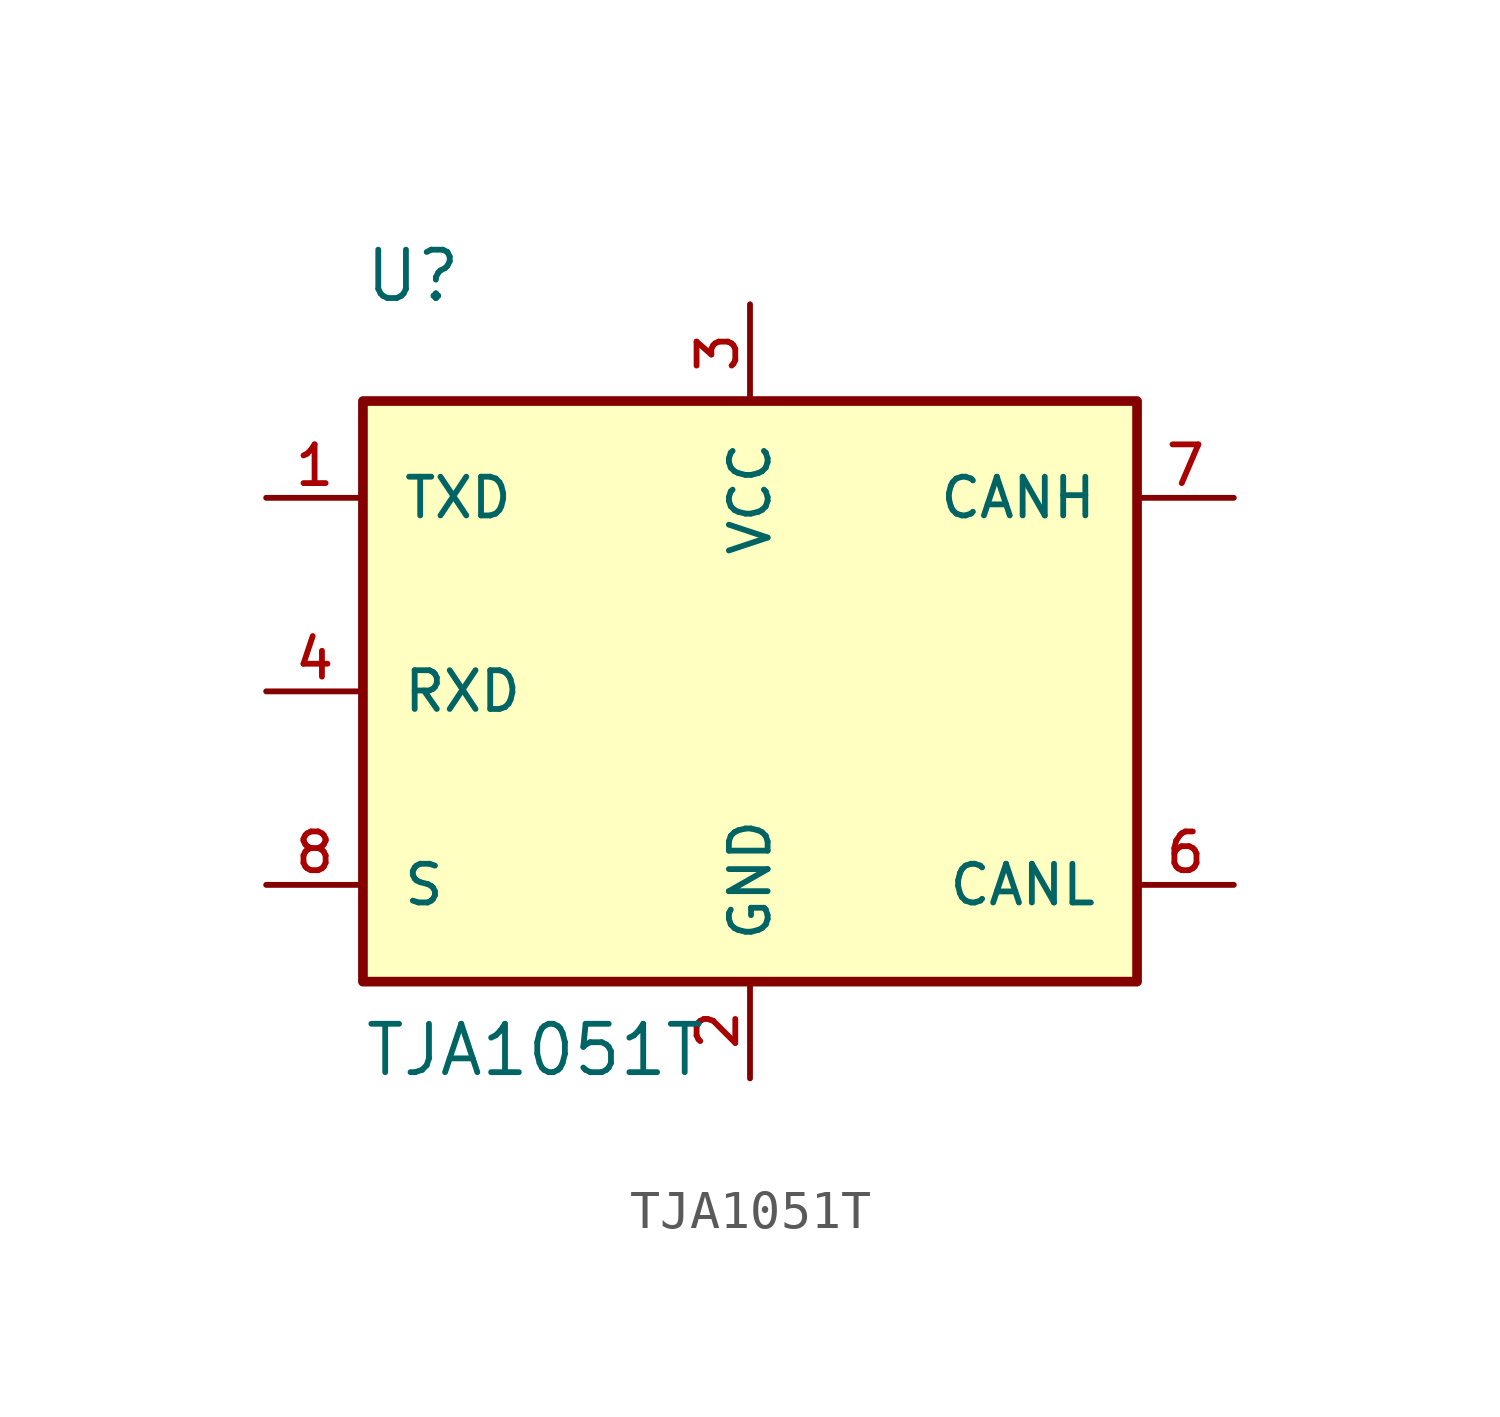
<source format=kicad_sym>
(kicad_symbol_lib
  (version 20211014)
  (generator kicad_symbol_editor)
  (symbol "TJA1051T"
    (pin_names
      (offset 1.016))
    (property "Reference" "U"
      (at -10.16 10.16 0)
      (effects (font (size 1.27 1.27)) (justify bottom left)))
    (property "Value" "TJA1051T"
      (at -10.16 -10.16 0)
      (effects (font (size 1.27 1.27)) (justify bottom left)))
    (symbol "TJA1051T_0_0"
      (rectangle (start -10.16 -7.62) (end 10.16 7.62) (stroke (width 0.254)) (fill (type background)))
      (pin output line (at -12.7 5.08 0) (length 2.54) (name "TXD" (effects (font (size 1.016 1.016)))) (number "1" (effects (font (size 1.016 1.016)))))
      (pin power_in line (at -12.7 -5.08 0) (length 2.54) (name "S" (effects (font (size 1.016 1.016)))) (number "8" (effects (font (size 1.016 1.016)))))
      (pin bidirectional line (at -12.7 0.0 0) (length 2.54) (name "RXD" (effects (font (size 1.016 1.016)))) (number "4" (effects (font (size 1.016 1.016)))))
      (pin bidirectional line (at 0.0 -10.16 90.0) (length 2.54) (name "GND" (effects (font (size 1.016 1.016)))) (number "2" (effects (font (size 1.016 1.016)))))
      (pin bidirectional line (at 0.0 10.16 270.0) (length 2.54) (name "VCC" (effects (font (size 1.016 1.016)))) (number "3" (effects (font (size 1.016 1.016)))))
      (pin bidirectional line (at 12.7 5.08 180.0) (length 2.54) (name "CANH" (effects (font (size 1.016 1.016)))) (number "7" (effects (font (size 1.016 1.016)))))
      (pin bidirectional line (at 12.7 -5.08 180.0) (length 2.54) (name "CANL" (effects (font (size 1.016 1.016)))) (number "6" (effects (font (size 1.016 1.016))))))))
</source>
